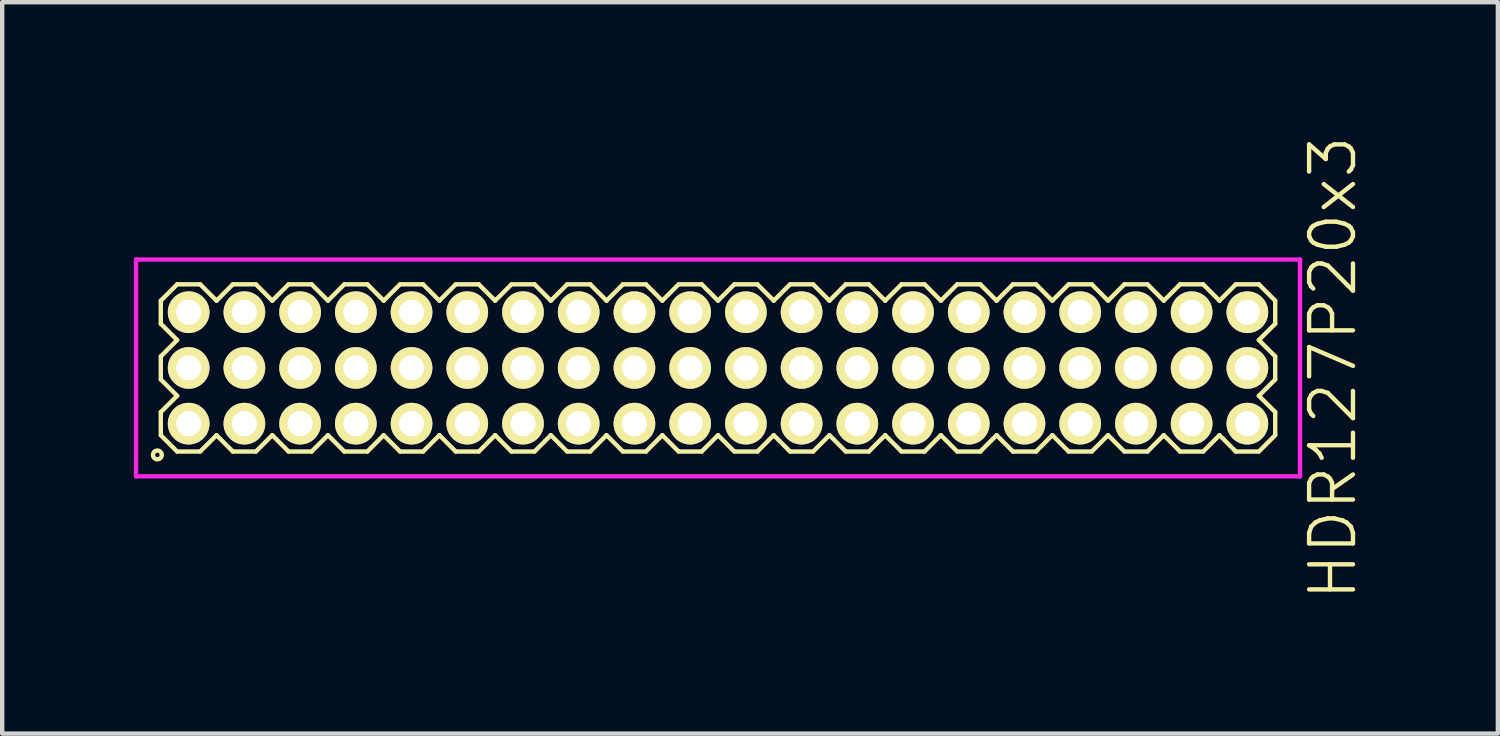
<source format=kicad_pcb>
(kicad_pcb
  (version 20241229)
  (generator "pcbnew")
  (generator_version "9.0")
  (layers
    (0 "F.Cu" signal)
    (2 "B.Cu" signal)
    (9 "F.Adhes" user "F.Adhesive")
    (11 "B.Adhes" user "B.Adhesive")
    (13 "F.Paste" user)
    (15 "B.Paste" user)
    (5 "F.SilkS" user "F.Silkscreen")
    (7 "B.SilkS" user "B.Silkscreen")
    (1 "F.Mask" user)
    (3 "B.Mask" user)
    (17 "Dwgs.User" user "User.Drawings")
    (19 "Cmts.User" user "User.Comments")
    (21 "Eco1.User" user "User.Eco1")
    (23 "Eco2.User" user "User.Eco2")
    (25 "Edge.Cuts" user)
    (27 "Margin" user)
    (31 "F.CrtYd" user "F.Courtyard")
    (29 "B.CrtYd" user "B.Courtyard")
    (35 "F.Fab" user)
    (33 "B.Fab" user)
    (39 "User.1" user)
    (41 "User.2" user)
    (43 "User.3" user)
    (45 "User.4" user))
  (footprint "HDR127P20x3"
    (layer "F.Cu")
    (at 13.315 5.336)
    (property "Reference" "HDR127P20x3" (at 14.015 0 90) (layer "F.SilkS") (effects (font (size 1 1) (thickness 0.1))))
    (attr through_hole)
    (fp_line (start -12.7 -1.533) (end -12.328 -1.905) (stroke (width 0.1) (type solid)) (layer "F.SilkS"))
    (fp_line (start -12.7 -1.007) (end -12.7 -1.533) (stroke (width 0.1) (type solid)) (layer "F.SilkS"))
    (fp_line (start -12.7 -0.263) (end -12.328 -0.635) (stroke (width 0.1) (type solid)) (layer "F.SilkS"))
    (fp_line (start -12.7 0.263) (end -12.7 -0.263) (stroke (width 0.1) (type solid)) (layer "F.SilkS"))
    (fp_line (start -12.7 1.007) (end -12.328 0.635) (stroke (width 0.1) (type solid)) (layer "F.SilkS"))
    (fp_line (start -12.7 1.533) (end -12.7 1.007) (stroke (width 0.1) (type solid)) (layer "F.SilkS"))
    (fp_line (start -12.328 -1.905) (end -11.802 -1.905) (stroke (width 0.1) (type solid)) (layer "F.SilkS"))
    (fp_line (start -12.328 -0.635) (end -12.7 -1.007) (stroke (width 0.1) (type solid)) (layer "F.SilkS"))
    (fp_line (start -12.328 0.635) (end -12.7 0.263) (stroke (width 0.1) (type solid)) (layer "F.SilkS"))
    (fp_line (start -12.328 1.905) (end -12.7 1.533) (stroke (width 0.1) (type solid)) (layer "F.SilkS"))
    (fp_line (start -11.802 -1.905) (end -11.43 -1.533) (stroke (width 0.1) (type solid)) (layer "F.SilkS"))
    (fp_line (start -11.802 1.905) (end -12.328 1.905) (stroke (width 0.1) (type solid)) (layer "F.SilkS"))
    (fp_line (start -11.43 -1.533) (end -11.058 -1.905) (stroke (width 0.1) (type solid)) (layer "F.SilkS"))
    (fp_line (start -11.43 1.533) (end -11.802 1.905) (stroke (width 0.1) (type solid)) (layer "F.SilkS"))
    (fp_line (start -11.058 -1.905) (end -10.532 -1.905) (stroke (width 0.1) (type solid)) (layer "F.SilkS"))
    (fp_line (start -11.058 1.905) (end -11.43 1.533) (stroke (width 0.1) (type solid)) (layer "F.SilkS"))
    (fp_line (start -10.532 -1.905) (end -10.16 -1.533) (stroke (width 0.1) (type solid)) (layer "F.SilkS"))
    (fp_line (start -10.532 1.905) (end -11.058 1.905) (stroke (width 0.1) (type solid)) (layer "F.SilkS"))
    (fp_line (start -10.16 -1.533) (end -9.788 -1.905) (stroke (width 0.1) (type solid)) (layer "F.SilkS"))
    (fp_line (start -10.16 1.533) (end -10.532 1.905) (stroke (width 0.1) (type solid)) (layer "F.SilkS"))
    (fp_line (start -9.788 -1.905) (end -9.262 -1.905) (stroke (width 0.1) (type solid)) (layer "F.SilkS"))
    (fp_line (start -9.788 1.905) (end -10.16 1.533) (stroke (width 0.1) (type solid)) (layer "F.SilkS"))
    (fp_line (start -9.262 -1.905) (end -8.89 -1.533) (stroke (width 0.1) (type solid)) (layer "F.SilkS"))
    (fp_line (start -9.262 1.905) (end -9.788 1.905) (stroke (width 0.1) (type solid)) (layer "F.SilkS"))
    (fp_line (start -8.89 -1.533) (end -8.518 -1.905) (stroke (width 0.1) (type solid)) (layer "F.SilkS"))
    (fp_line (start -8.89 1.533) (end -9.262 1.905) (stroke (width 0.1) (type solid)) (layer "F.SilkS"))
    (fp_line (start -8.518 -1.905) (end -7.992 -1.905) (stroke (width 0.1) (type solid)) (layer "F.SilkS"))
    (fp_line (start -8.518 1.905) (end -8.89 1.533) (stroke (width 0.1) (type solid)) (layer "F.SilkS"))
    (fp_line (start -7.992 -1.905) (end -7.62 -1.533) (stroke (width 0.1) (type solid)) (layer "F.SilkS"))
    (fp_line (start -7.992 1.905) (end -8.518 1.905) (stroke (width 0.1) (type solid)) (layer "F.SilkS"))
    (fp_line (start -7.62 -1.533) (end -7.248 -1.905) (stroke (width 0.1) (type solid)) (layer "F.SilkS"))
    (fp_line (start -7.62 1.533) (end -7.992 1.905) (stroke (width 0.1) (type solid)) (layer "F.SilkS"))
    (fp_line (start -7.248 -1.905) (end -6.722 -1.905) (stroke (width 0.1) (type solid)) (layer "F.SilkS"))
    (fp_line (start -7.248 1.905) (end -7.62 1.533) (stroke (width 0.1) (type solid)) (layer "F.SilkS"))
    (fp_line (start -6.722 -1.905) (end -6.35 -1.533) (stroke (width 0.1) (type solid)) (layer "F.SilkS"))
    (fp_line (start -6.722 1.905) (end -7.248 1.905) (stroke (width 0.1) (type solid)) (layer "F.SilkS"))
    (fp_line (start -6.35 -1.533) (end -5.978 -1.905) (stroke (width 0.1) (type solid)) (layer "F.SilkS"))
    (fp_line (start -6.35 1.533) (end -6.722 1.905) (stroke (width 0.1) (type solid)) (layer "F.SilkS"))
    (fp_line (start -5.978 -1.905) (end -5.452 -1.905) (stroke (width 0.1) (type solid)) (layer "F.SilkS"))
    (fp_line (start -5.978 1.905) (end -6.35 1.533) (stroke (width 0.1) (type solid)) (layer "F.SilkS"))
    (fp_line (start -5.452 -1.905) (end -5.08 -1.533) (stroke (width 0.1) (type solid)) (layer "F.SilkS"))
    (fp_line (start -5.452 1.905) (end -5.978 1.905) (stroke (width 0.1) (type solid)) (layer "F.SilkS"))
    (fp_line (start -5.08 -1.533) (end -4.708 -1.905) (stroke (width 0.1) (type solid)) (layer "F.SilkS"))
    (fp_line (start -5.08 1.533) (end -5.452 1.905) (stroke (width 0.1) (type solid)) (layer "F.SilkS"))
    (fp_line (start -4.708 -1.905) (end -4.182 -1.905) (stroke (width 0.1) (type solid)) (layer "F.SilkS"))
    (fp_line (start -4.708 1.905) (end -5.08 1.533) (stroke (width 0.1) (type solid)) (layer "F.SilkS"))
    (fp_line (start -4.182 -1.905) (end -3.81 -1.533) (stroke (width 0.1) (type solid)) (layer "F.SilkS"))
    (fp_line (start -4.182 1.905) (end -4.708 1.905) (stroke (width 0.1) (type solid)) (layer "F.SilkS"))
    (fp_line (start -3.81 -1.533) (end -3.438 -1.905) (stroke (width 0.1) (type solid)) (layer "F.SilkS"))
    (fp_line (start -3.81 1.533) (end -4.182 1.905) (stroke (width 0.1) (type solid)) (layer "F.SilkS"))
    (fp_line (start -3.438 -1.905) (end -2.912 -1.905) (stroke (width 0.1) (type solid)) (layer "F.SilkS"))
    (fp_line (start -3.438 1.905) (end -3.81 1.533) (stroke (width 0.1) (type solid)) (layer "F.SilkS"))
    (fp_line (start -2.912 -1.905) (end -2.54 -1.533) (stroke (width 0.1) (type solid)) (layer "F.SilkS"))
    (fp_line (start -2.912 1.905) (end -3.438 1.905) (stroke (width 0.1) (type solid)) (layer "F.SilkS"))
    (fp_line (start -2.54 -1.533) (end -2.168 -1.905) (stroke (width 0.1) (type solid)) (layer "F.SilkS"))
    (fp_line (start -2.54 1.533) (end -2.912 1.905) (stroke (width 0.1) (type solid)) (layer "F.SilkS"))
    (fp_line (start -2.168 -1.905) (end -1.642 -1.905) (stroke (width 0.1) (type solid)) (layer "F.SilkS"))
    (fp_line (start -2.168 1.905) (end -2.54 1.533) (stroke (width 0.1) (type solid)) (layer "F.SilkS"))
    (fp_line (start -1.642 -1.905) (end -1.27 -1.533) (stroke (width 0.1) (type solid)) (layer "F.SilkS"))
    (fp_line (start -1.642 1.905) (end -2.168 1.905) (stroke (width 0.1) (type solid)) (layer "F.SilkS"))
    (fp_line (start -1.27 -1.533) (end -0.898 -1.905) (stroke (width 0.1) (type solid)) (layer "F.SilkS"))
    (fp_line (start -1.27 1.533) (end -1.642 1.905) (stroke (width 0.1) (type solid)) (layer "F.SilkS"))
    (fp_line (start -0.898 -1.905) (end -0.372 -1.905) (stroke (width 0.1) (type solid)) (layer "F.SilkS"))
    (fp_line (start -0.898 1.905) (end -1.27 1.533) (stroke (width 0.1) (type solid)) (layer "F.SilkS"))
    (fp_line (start -0.372 -1.905) (end 0 -1.533) (stroke (width 0.1) (type solid)) (layer "F.SilkS"))
    (fp_line (start -0.372 1.905) (end -0.898 1.905) (stroke (width 0.1) (type solid)) (layer "F.SilkS"))
    (fp_line (start 0 -1.533) (end 0.372 -1.905) (stroke (width 0.1) (type solid)) (layer "F.SilkS"))
    (fp_line (start 0 1.533) (end -0.372 1.905) (stroke (width 0.1) (type solid)) (layer "F.SilkS"))
    (fp_line (start 0.372 -1.905) (end 0.898 -1.905) (stroke (width 0.1) (type solid)) (layer "F.SilkS"))
    (fp_line (start 0.372 1.905) (end 0 1.533) (stroke (width 0.1) (type solid)) (layer "F.SilkS"))
    (fp_line (start 0.898 -1.905) (end 1.27 -1.533) (stroke (width 0.1) (type solid)) (layer "F.SilkS"))
    (fp_line (start 0.898 1.905) (end 0.372 1.905) (stroke (width 0.1) (type solid)) (layer "F.SilkS"))
    (fp_line (start 1.27 -1.533) (end 1.642 -1.905) (stroke (width 0.1) (type solid)) (layer "F.SilkS"))
    (fp_line (start 1.27 1.533) (end 0.898 1.905) (stroke (width 0.1) (type solid)) (layer "F.SilkS"))
    (fp_line (start 1.642 -1.905) (end 2.168 -1.905) (stroke (width 0.1) (type solid)) (layer "F.SilkS"))
    (fp_line (start 1.642 1.905) (end 1.27 1.533) (stroke (width 0.1) (type solid)) (layer "F.SilkS"))
    (fp_line (start 2.168 -1.905) (end 2.54 -1.533) (stroke (width 0.1) (type solid)) (layer "F.SilkS"))
    (fp_line (start 2.168 1.905) (end 1.642 1.905) (stroke (width 0.1) (type solid)) (layer "F.SilkS"))
    (fp_line (start 2.54 -1.533) (end 2.912 -1.905) (stroke (width 0.1) (type solid)) (layer "F.SilkS"))
    (fp_line (start 2.54 1.533) (end 2.168 1.905) (stroke (width 0.1) (type solid)) (layer "F.SilkS"))
    (fp_line (start 2.912 -1.905) (end 3.438 -1.905) (stroke (width 0.1) (type solid)) (layer "F.SilkS"))
    (fp_line (start 2.912 1.905) (end 2.54 1.533) (stroke (width 0.1) (type solid)) (layer "F.SilkS"))
    (fp_line (start 3.438 -1.905) (end 3.81 -1.533) (stroke (width 0.1) (type solid)) (layer "F.SilkS"))
    (fp_line (start 3.438 1.905) (end 2.912 1.905) (stroke (width 0.1) (type solid)) (layer "F.SilkS"))
    (fp_line (start 3.81 -1.533) (end 4.182 -1.905) (stroke (width 0.1) (type solid)) (layer "F.SilkS"))
    (fp_line (start 3.81 1.533) (end 3.438 1.905) (stroke (width 0.1) (type solid)) (layer "F.SilkS"))
    (fp_line (start 4.182 -1.905) (end 4.708 -1.905) (stroke (width 0.1) (type solid)) (layer "F.SilkS"))
    (fp_line (start 4.182 1.905) (end 3.81 1.533) (stroke (width 0.1) (type solid)) (layer "F.SilkS"))
    (fp_line (start 4.708 -1.905) (end 5.08 -1.533) (stroke (width 0.1) (type solid)) (layer "F.SilkS"))
    (fp_line (start 4.708 1.905) (end 4.182 1.905) (stroke (width 0.1) (type solid)) (layer "F.SilkS"))
    (fp_line (start 5.08 -1.533) (end 5.452 -1.905) (stroke (width 0.1) (type solid)) (layer "F.SilkS"))
    (fp_line (start 5.08 1.533) (end 4.708 1.905) (stroke (width 0.1) (type solid)) (layer "F.SilkS"))
    (fp_line (start 5.452 -1.905) (end 5.978 -1.905) (stroke (width 0.1) (type solid)) (layer "F.SilkS"))
    (fp_line (start 5.452 1.905) (end 5.08 1.533) (stroke (width 0.1) (type solid)) (layer "F.SilkS"))
    (fp_line (start 5.978 -1.905) (end 6.35 -1.533) (stroke (width 0.1) (type solid)) (layer "F.SilkS"))
    (fp_line (start 5.978 1.905) (end 5.452 1.905) (stroke (width 0.1) (type solid)) (layer "F.SilkS"))
    (fp_line (start 6.35 -1.533) (end 6.722 -1.905) (stroke (width 0.1) (type solid)) (layer "F.SilkS"))
    (fp_line (start 6.35 1.533) (end 5.978 1.905) (stroke (width 0.1) (type solid)) (layer "F.SilkS"))
    (fp_line (start 6.722 -1.905) (end 7.248 -1.905) (stroke (width 0.1) (type solid)) (layer "F.SilkS"))
    (fp_line (start 6.722 1.905) (end 6.35 1.533) (stroke (width 0.1) (type solid)) (layer "F.SilkS"))
    (fp_line (start 7.248 -1.905) (end 7.62 -1.533) (stroke (width 0.1) (type solid)) (layer "F.SilkS"))
    (fp_line (start 7.248 1.905) (end 6.722 1.905) (stroke (width 0.1) (type solid)) (layer "F.SilkS"))
    (fp_line (start 7.62 -1.533) (end 7.992 -1.905) (stroke (width 0.1) (type solid)) (layer "F.SilkS"))
    (fp_line (start 7.62 1.533) (end 7.248 1.905) (stroke (width 0.1) (type solid)) (layer "F.SilkS"))
    (fp_line (start 7.992 -1.905) (end 8.518 -1.905) (stroke (width 0.1) (type solid)) (layer "F.SilkS"))
    (fp_line (start 7.992 1.905) (end 7.62 1.533) (stroke (width 0.1) (type solid)) (layer "F.SilkS"))
    (fp_line (start 8.518 -1.905) (end 8.89 -1.533) (stroke (width 0.1) (type solid)) (layer "F.SilkS"))
    (fp_line (start 8.518 1.905) (end 7.992 1.905) (stroke (width 0.1) (type solid)) (layer "F.SilkS"))
    (fp_line (start 8.89 -1.533) (end 9.262 -1.905) (stroke (width 0.1) (type solid)) (layer "F.SilkS"))
    (fp_line (start 8.89 1.533) (end 8.518 1.905) (stroke (width 0.1) (type solid)) (layer "F.SilkS"))
    (fp_line (start 9.262 -1.905) (end 9.788 -1.905) (stroke (width 0.1) (type solid)) (layer "F.SilkS"))
    (fp_line (start 9.262 1.905) (end 8.89 1.533) (stroke (width 0.1) (type solid)) (layer "F.SilkS"))
    (fp_line (start 9.788 -1.905) (end 10.16 -1.533) (stroke (width 0.1) (type solid)) (layer "F.SilkS"))
    (fp_line (start 9.788 1.905) (end 9.262 1.905) (stroke (width 0.1) (type solid)) (layer "F.SilkS"))
    (fp_line (start 10.16 -1.533) (end 10.532 -1.905) (stroke (width 0.1) (type solid)) (layer "F.SilkS"))
    (fp_line (start 10.16 1.533) (end 9.788 1.905) (stroke (width 0.1) (type solid)) (layer "F.SilkS"))
    (fp_line (start 10.532 -1.905) (end 11.058 -1.905) (stroke (width 0.1) (type solid)) (layer "F.SilkS"))
    (fp_line (start 10.532 1.905) (end 10.16 1.533) (stroke (width 0.1) (type solid)) (layer "F.SilkS"))
    (fp_line (start 11.058 -1.905) (end 11.43 -1.533) (stroke (width 0.1) (type solid)) (layer "F.SilkS"))
    (fp_line (start 11.058 1.905) (end 10.532 1.905) (stroke (width 0.1) (type solid)) (layer "F.SilkS"))
    (fp_line (start 11.43 -1.533) (end 11.802 -1.905) (stroke (width 0.1) (type solid)) (layer "F.SilkS"))
    (fp_line (start 11.43 1.533) (end 11.058 1.905) (stroke (width 0.1) (type solid)) (layer "F.SilkS"))
    (fp_line (start 11.802 -1.905) (end 12.328 -1.905) (stroke (width 0.1) (type solid)) (layer "F.SilkS"))
    (fp_line (start 11.802 1.905) (end 11.43 1.533) (stroke (width 0.1) (type solid)) (layer "F.SilkS"))
    (fp_line (start 12.328 -1.905) (end 12.7 -1.533) (stroke (width 0.1) (type solid)) (layer "F.SilkS"))
    (fp_line (start 12.328 -0.635) (end 12.7 -0.263) (stroke (width 0.1) (type solid)) (layer "F.SilkS"))
    (fp_line (start 12.328 0.635) (end 12.7 1.007) (stroke (width 0.1) (type solid)) (layer "F.SilkS"))
    (fp_line (start 12.328 1.905) (end 11.802 1.905) (stroke (width 0.1) (type solid)) (layer "F.SilkS"))
    (fp_line (start 12.7 -1.533) (end 12.7 -1.007) (stroke (width 0.1) (type solid)) (layer "F.SilkS"))
    (fp_line (start 12.7 -1.007) (end 12.328 -0.635) (stroke (width 0.1) (type solid)) (layer "F.SilkS"))
    (fp_line (start 12.7 -0.263) (end 12.7 0.263) (stroke (width 0.1) (type solid)) (layer "F.SilkS"))
    (fp_line (start 12.7 0.263) (end 12.328 0.635) (stroke (width 0.1) (type solid)) (layer "F.SilkS"))
    (fp_line (start 12.7 1.007) (end 12.7 1.533) (stroke (width 0.1) (type solid)) (layer "F.SilkS"))
    (fp_line (start 12.7 1.533) (end 12.328 1.905) (stroke (width 0.1) (type solid)) (layer "F.SilkS"))
    (fp_circle (center -12.778 1.983) (end -12.678 1.983) (stroke (width 0.1) (type solid)) (fill no) (layer "F.SilkS"))
    (fp_line (start -13.265 -2.47) (end -13.265 2.47) (stroke (width 0.1) (type solid)) (layer "F.CrtYd"))
    (fp_line (start -13.265 2.47) (end 13.265 2.47) (stroke (width 0.1) (type solid)) (layer "F.CrtYd"))
    (fp_line (start 13.265 -2.47) (end -13.265 -2.47) (stroke (width 0.1) (type solid)) (layer "F.CrtYd"))
    (fp_line (start 13.265 2.47) (end 13.265 -2.47) (stroke (width 0.1) (type solid)) (layer "F.CrtYd"))
    (pad "1" thru_hole oval (at -12.065 1.27) (size 0.95 0.95) (drill 0.57) (layers "*.Cu" "*.Mask" "F.SilkS"))
    (pad "2" thru_hole oval (at -12.065 0) (size 0.95 0.95) (drill 0.57) (layers "*.Cu" "*.Mask" "F.SilkS"))
    (pad "3" thru_hole oval (at -12.065 -1.27) (size 0.95 0.95) (drill 0.57) (layers "*.Cu" "*.Mask" "F.SilkS"))
    (pad "4" thru_hole oval (at -10.795 1.27) (size 0.95 0.95) (drill 0.57) (layers "*.Cu" "*.Mask" "F.SilkS"))
    (pad "5" thru_hole oval (at -10.795 0) (size 0.95 0.95) (drill 0.57) (layers "*.Cu" "*.Mask" "F.SilkS"))
    (pad "6" thru_hole oval (at -10.795 -1.27) (size 0.95 0.95) (drill 0.57) (layers "*.Cu" "*.Mask" "F.SilkS"))
    (pad "7" thru_hole oval (at -9.525 1.27) (size 0.95 0.95) (drill 0.57) (layers "*.Cu" "*.Mask" "F.SilkS"))
    (pad "8" thru_hole oval (at -9.525 0) (size 0.95 0.95) (drill 0.57) (layers "*.Cu" "*.Mask" "F.SilkS"))
    (pad "9" thru_hole oval (at -9.525 -1.27) (size 0.95 0.95) (drill 0.57) (layers "*.Cu" "*.Mask" "F.SilkS"))
    (pad "10" thru_hole oval (at -8.255 1.27) (size 0.95 0.95) (drill 0.57) (layers "*.Cu" "*.Mask" "F.SilkS"))
    (pad "11" thru_hole oval (at -8.255 0) (size 0.95 0.95) (drill 0.57) (layers "*.Cu" "*.Mask" "F.SilkS"))
    (pad "12" thru_hole oval (at -8.255 -1.27) (size 0.95 0.95) (drill 0.57) (layers "*.Cu" "*.Mask" "F.SilkS"))
    (pad "13" thru_hole oval (at -6.985 1.27) (size 0.95 0.95) (drill 0.57) (layers "*.Cu" "*.Mask" "F.SilkS"))
    (pad "14" thru_hole oval (at -6.985 0) (size 0.95 0.95) (drill 0.57) (layers "*.Cu" "*.Mask" "F.SilkS"))
    (pad "15" thru_hole oval (at -6.985 -1.27) (size 0.95 0.95) (drill 0.57) (layers "*.Cu" "*.Mask" "F.SilkS"))
    (pad "16" thru_hole oval (at -5.715 1.27) (size 0.95 0.95) (drill 0.57) (layers "*.Cu" "*.Mask" "F.SilkS"))
    (pad "17" thru_hole oval (at -5.715 0) (size 0.95 0.95) (drill 0.57) (layers "*.Cu" "*.Mask" "F.SilkS"))
    (pad "18" thru_hole oval (at -5.715 -1.27) (size 0.95 0.95) (drill 0.57) (layers "*.Cu" "*.Mask" "F.SilkS"))
    (pad "19" thru_hole oval (at -4.445 1.27) (size 0.95 0.95) (drill 0.57) (layers "*.Cu" "*.Mask" "F.SilkS"))
    (pad "20" thru_hole oval (at -4.445 0) (size 0.95 0.95) (drill 0.57) (layers "*.Cu" "*.Mask" "F.SilkS"))
    (pad "21" thru_hole oval (at -4.445 -1.27) (size 0.95 0.95) (drill 0.57) (layers "*.Cu" "*.Mask" "F.SilkS"))
    (pad "22" thru_hole oval (at -3.175 1.27) (size 0.95 0.95) (drill 0.57) (layers "*.Cu" "*.Mask" "F.SilkS"))
    (pad "23" thru_hole oval (at -3.175 0) (size 0.95 0.95) (drill 0.57) (layers "*.Cu" "*.Mask" "F.SilkS"))
    (pad "24" thru_hole oval (at -3.175 -1.27) (size 0.95 0.95) (drill 0.57) (layers "*.Cu" "*.Mask" "F.SilkS"))
    (pad "25" thru_hole oval (at -1.905 1.27) (size 0.95 0.95) (drill 0.57) (layers "*.Cu" "*.Mask" "F.SilkS"))
    (pad "26" thru_hole oval (at -1.905 0) (size 0.95 0.95) (drill 0.57) (layers "*.Cu" "*.Mask" "F.SilkS"))
    (pad "27" thru_hole oval (at -1.905 -1.27) (size 0.95 0.95) (drill 0.57) (layers "*.Cu" "*.Mask" "F.SilkS"))
    (pad "28" thru_hole oval (at -0.635 1.27) (size 0.95 0.95) (drill 0.57) (layers "*.Cu" "*.Mask" "F.SilkS"))
    (pad "29" thru_hole oval (at -0.635 0) (size 0.95 0.95) (drill 0.57) (layers "*.Cu" "*.Mask" "F.SilkS"))
    (pad "30" thru_hole oval (at -0.635 -1.27) (size 0.95 0.95) (drill 0.57) (layers "*.Cu" "*.Mask" "F.SilkS"))
    (pad "31" thru_hole oval (at 0.635 1.27) (size 0.95 0.95) (drill 0.57) (layers "*.Cu" "*.Mask" "F.SilkS"))
    (pad "32" thru_hole oval (at 0.635 0) (size 0.95 0.95) (drill 0.57) (layers "*.Cu" "*.Mask" "F.SilkS"))
    (pad "33" thru_hole oval (at 0.635 -1.27) (size 0.95 0.95) (drill 0.57) (layers "*.Cu" "*.Mask" "F.SilkS"))
    (pad "34" thru_hole oval (at 1.905 1.27) (size 0.95 0.95) (drill 0.57) (layers "*.Cu" "*.Mask" "F.SilkS"))
    (pad "35" thru_hole oval (at 1.905 0) (size 0.95 0.95) (drill 0.57) (layers "*.Cu" "*.Mask" "F.SilkS"))
    (pad "36" thru_hole oval (at 1.905 -1.27) (size 0.95 0.95) (drill 0.57) (layers "*.Cu" "*.Mask" "F.SilkS"))
    (pad "37" thru_hole oval (at 3.175 1.27) (size 0.95 0.95) (drill 0.57) (layers "*.Cu" "*.Mask" "F.SilkS"))
    (pad "38" thru_hole oval (at 3.175 0) (size 0.95 0.95) (drill 0.57) (layers "*.Cu" "*.Mask" "F.SilkS"))
    (pad "39" thru_hole oval (at 3.175 -1.27) (size 0.95 0.95) (drill 0.57) (layers "*.Cu" "*.Mask" "F.SilkS"))
    (pad "40" thru_hole oval (at 4.445 1.27) (size 0.95 0.95) (drill 0.57) (layers "*.Cu" "*.Mask" "F.SilkS"))
    (pad "41" thru_hole oval (at 4.445 0) (size 0.95 0.95) (drill 0.57) (layers "*.Cu" "*.Mask" "F.SilkS"))
    (pad "42" thru_hole oval (at 4.445 -1.27) (size 0.95 0.95) (drill 0.57) (layers "*.Cu" "*.Mask" "F.SilkS"))
    (pad "43" thru_hole oval (at 5.715 1.27) (size 0.95 0.95) (drill 0.57) (layers "*.Cu" "*.Mask" "F.SilkS"))
    (pad "44" thru_hole oval (at 5.715 0) (size 0.95 0.95) (drill 0.57) (layers "*.Cu" "*.Mask" "F.SilkS"))
    (pad "45" thru_hole oval (at 5.715 -1.27) (size 0.95 0.95) (drill 0.57) (layers "*.Cu" "*.Mask" "F.SilkS"))
    (pad "46" thru_hole oval (at 6.985 1.27) (size 0.95 0.95) (drill 0.57) (layers "*.Cu" "*.Mask" "F.SilkS"))
    (pad "47" thru_hole oval (at 6.985 0) (size 0.95 0.95) (drill 0.57) (layers "*.Cu" "*.Mask" "F.SilkS"))
    (pad "48" thru_hole oval (at 6.985 -1.27) (size 0.95 0.95) (drill 0.57) (layers "*.Cu" "*.Mask" "F.SilkS"))
    (pad "49" thru_hole oval (at 8.255 1.27) (size 0.95 0.95) (drill 0.57) (layers "*.Cu" "*.Mask" "F.SilkS"))
    (pad "50" thru_hole oval (at 8.255 0) (size 0.95 0.95) (drill 0.57) (layers "*.Cu" "*.Mask" "F.SilkS"))
    (pad "51" thru_hole oval (at 8.255 -1.27) (size 0.95 0.95) (drill 0.57) (layers "*.Cu" "*.Mask" "F.SilkS"))
    (pad "52" thru_hole oval (at 9.525 1.27) (size 0.95 0.95) (drill 0.57) (layers "*.Cu" "*.Mask" "F.SilkS"))
    (pad "53" thru_hole oval (at 9.525 0) (size 0.95 0.95) (drill 0.57) (layers "*.Cu" "*.Mask" "F.SilkS"))
    (pad "54" thru_hole oval (at 9.525 -1.27) (size 0.95 0.95) (drill 0.57) (layers "*.Cu" "*.Mask" "F.SilkS"))
    (pad "55" thru_hole oval (at 10.795 1.27) (size 0.95 0.95) (drill 0.57) (layers "*.Cu" "*.Mask" "F.SilkS"))
    (pad "56" thru_hole oval (at 10.795 0) (size 0.95 0.95) (drill 0.57) (layers "*.Cu" "*.Mask" "F.SilkS"))
    (pad "57" thru_hole oval (at 10.795 -1.27) (size 0.95 0.95) (drill 0.57) (layers "*.Cu" "*.Mask" "F.SilkS"))
    (pad "58" thru_hole oval (at 12.065 1.27) (size 0.95 0.95) (drill 0.57) (layers "*.Cu" "*.Mask" "F.SilkS"))
    (pad "59" thru_hole oval (at 12.065 0) (size 0.95 0.95) (drill 0.57) (layers "*.Cu" "*.Mask" "F.SilkS"))
    (pad "60" thru_hole oval (at 12.065 -1.27) (size 0.95 0.95) (drill 0.57) (layers "*.Cu" "*.Mask" "F.SilkS")))
  (gr_rect
    (start -3 -3)
    (end 31.09 13.671)
    (stroke (width 0.1) (type default))
    (fill no)
    (layer "Edge.Cuts")))
</source>
